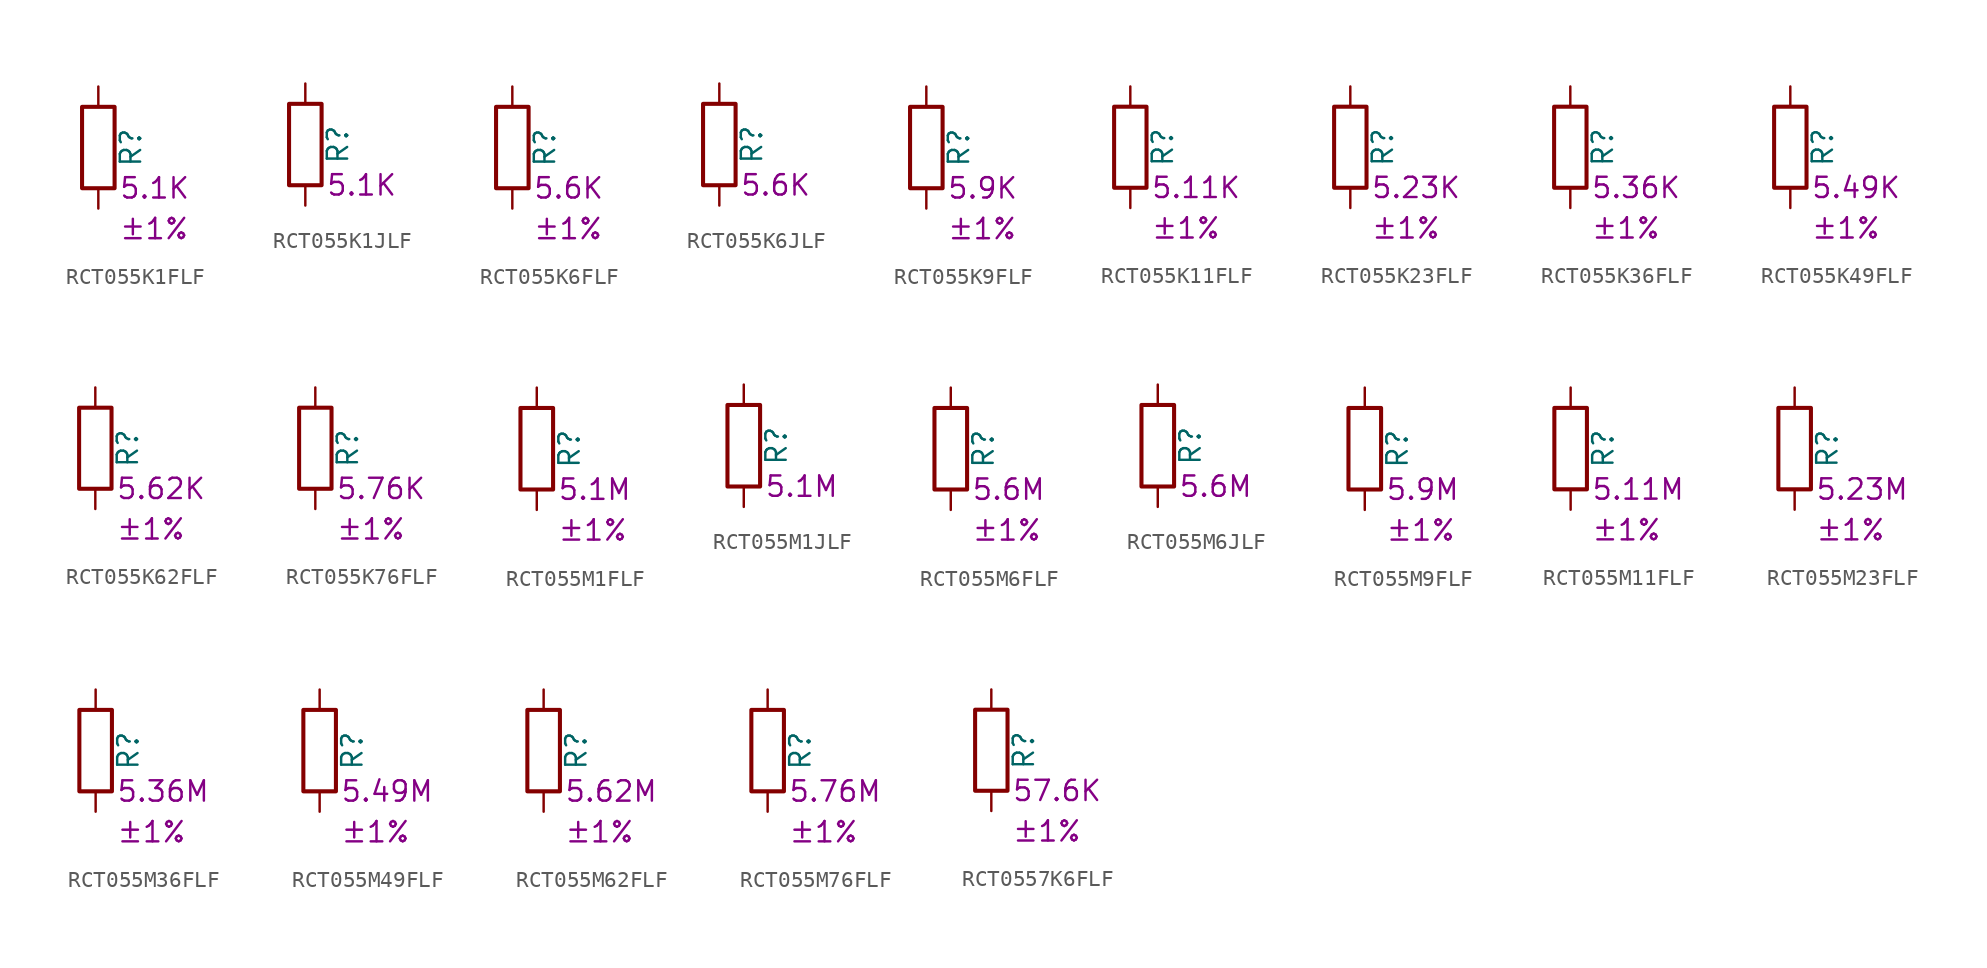
<source format=kicad_sym>
(kicad_symbol_lib
  (version 20220914)
  (generator kicad_symbol_editor)
  (symbol "RCT055K1FLF"
    (pin_numbers hide)
    (pin_names
      (offset 0))
    (property "Reference" "R"
      (at 2.032 0 90)
      (effects (font (size 1.27 1.27))))
    (property "Resistance" "5.1K"
      (at 1.27 -2.54 0)
      (effects (font (size 1.27 1.27)) (justify left)))
    (property "Tolerance" "±1%"
      (at 1.27 -5.08 0)
      (effects (font (size 1.27 1.27)) (justify left)))
    (symbol "RCT055K1FLF_0_1"
      (rectangle (start -1.016 -2.54) (end 1.016 2.54) (stroke (width 0.254) (type default)) (fill (type none))))
    (symbol "RCT055K1FLF_1_1"
      (pin passive line (at 0 3.81 270) (length 1.27) (name "~" (effects (font (size 1.27 1.27)))) (number "1" (effects (font (size 1.27 1.27)))))
      (pin passive line (at 0 -3.81 90) (length 1.27) (name "~" (effects (font (size 1.27 1.27)))) (number "2" (effects (font (size 1.27 1.27)))))))
  (symbol "RCT055K1JLF"
    (pin_numbers hide)
    (pin_names
      (offset 0))
    (property "Reference" "R"
      (at 2.032 0 90)
      (effects (font (size 1.27 1.27))))
    (property "Resistance" "5.1K"
      (at 1.27 -2.54 0)
      (effects (font (size 1.27 1.27)) (justify left)))
    (symbol "RCT055K1JLF_0_1"
      (rectangle (start -1.016 -2.54) (end 1.016 2.54) (stroke (width 0.254) (type default)) (fill (type none))))
    (symbol "RCT055K1JLF_1_1"
      (pin passive line (at 0 3.81 270) (length 1.27) (name "~" (effects (font (size 1.27 1.27)))) (number "1" (effects (font (size 1.27 1.27)))))
      (pin passive line (at 0 -3.81 90) (length 1.27) (name "~" (effects (font (size 1.27 1.27)))) (number "2" (effects (font (size 1.27 1.27)))))))
  (symbol "RCT055K6FLF"
    (pin_numbers hide)
    (pin_names
      (offset 0))
    (property "Reference" "R"
      (at 2.032 0 90)
      (effects (font (size 1.27 1.27))))
    (property "Resistance" "5.6K"
      (at 1.27 -2.54 0)
      (effects (font (size 1.27 1.27)) (justify left)))
    (property "Tolerance" "±1%"
      (at 1.27 -5.08 0)
      (effects (font (size 1.27 1.27)) (justify left)))
    (symbol "RCT055K6FLF_0_1"
      (rectangle (start -1.016 -2.54) (end 1.016 2.54) (stroke (width 0.254) (type default)) (fill (type none))))
    (symbol "RCT055K6FLF_1_1"
      (pin passive line (at 0 3.81 270) (length 1.27) (name "~" (effects (font (size 1.27 1.27)))) (number "1" (effects (font (size 1.27 1.27)))))
      (pin passive line (at 0 -3.81 90) (length 1.27) (name "~" (effects (font (size 1.27 1.27)))) (number "2" (effects (font (size 1.27 1.27)))))))
  (symbol "RCT055K6JLF"
    (pin_numbers hide)
    (pin_names
      (offset 0))
    (property "Reference" "R"
      (at 2.032 0 90)
      (effects (font (size 1.27 1.27))))
    (property "Resistance" "5.6K"
      (at 1.27 -2.54 0)
      (effects (font (size 1.27 1.27)) (justify left)))
    (symbol "RCT055K6JLF_0_1"
      (rectangle (start -1.016 -2.54) (end 1.016 2.54) (stroke (width 0.254) (type default)) (fill (type none))))
    (symbol "RCT055K6JLF_1_1"
      (pin passive line (at 0 3.81 270) (length 1.27) (name "~" (effects (font (size 1.27 1.27)))) (number "1" (effects (font (size 1.27 1.27)))))
      (pin passive line (at 0 -3.81 90) (length 1.27) (name "~" (effects (font (size 1.27 1.27)))) (number "2" (effects (font (size 1.27 1.27)))))))
  (symbol "RCT055K9FLF"
    (pin_numbers hide)
    (pin_names
      (offset 0))
    (property "Reference" "R"
      (at 2.032 0 90)
      (effects (font (size 1.27 1.27))))
    (property "Resistance" "5.9K"
      (at 1.27 -2.54 0)
      (effects (font (size 1.27 1.27)) (justify left)))
    (property "Tolerance" "±1%"
      (at 1.27 -5.08 0)
      (effects (font (size 1.27 1.27)) (justify left)))
    (symbol "RCT055K9FLF_0_1"
      (rectangle (start -1.016 -2.54) (end 1.016 2.54) (stroke (width 0.254) (type default)) (fill (type none))))
    (symbol "RCT055K9FLF_1_1"
      (pin passive line (at 0 3.81 270) (length 1.27) (name "~" (effects (font (size 1.27 1.27)))) (number "1" (effects (font (size 1.27 1.27)))))
      (pin passive line (at 0 -3.81 90) (length 1.27) (name "~" (effects (font (size 1.27 1.27)))) (number "2" (effects (font (size 1.27 1.27)))))))
  (symbol "RCT055K11FLF"
    (pin_numbers hide)
    (pin_names
      (offset 0))
    (property "Reference" "R"
      (at 2.032 0 90)
      (effects (font (size 1.27 1.27))))
    (property "Resistance" "5.11K"
      (at 1.27 -2.54 0)
      (effects (font (size 1.27 1.27)) (justify left)))
    (property "Tolerance" "±1%"
      (at 1.27 -5.08 0)
      (effects (font (size 1.27 1.27)) (justify left)))
    (symbol "RCT055K11FLF_0_1"
      (rectangle (start -1.016 -2.54) (end 1.016 2.54) (stroke (width 0.254) (type default)) (fill (type none))))
    (symbol "RCT055K11FLF_1_1"
      (pin passive line (at 0 3.81 270) (length 1.27) (name "~" (effects (font (size 1.27 1.27)))) (number "1" (effects (font (size 1.27 1.27)))))
      (pin passive line (at 0 -3.81 90) (length 1.27) (name "~" (effects (font (size 1.27 1.27)))) (number "2" (effects (font (size 1.27 1.27)))))))
  (symbol "RCT055K23FLF"
    (pin_numbers hide)
    (pin_names
      (offset 0))
    (property "Reference" "R"
      (at 2.032 0 90)
      (effects (font (size 1.27 1.27))))
    (property "Resistance" "5.23K"
      (at 1.27 -2.54 0)
      (effects (font (size 1.27 1.27)) (justify left)))
    (property "Tolerance" "±1%"
      (at 1.27 -5.08 0)
      (effects (font (size 1.27 1.27)) (justify left)))
    (symbol "RCT055K23FLF_0_1"
      (rectangle (start -1.016 -2.54) (end 1.016 2.54) (stroke (width 0.254) (type default)) (fill (type none))))
    (symbol "RCT055K23FLF_1_1"
      (pin passive line (at 0 3.81 270) (length 1.27) (name "~" (effects (font (size 1.27 1.27)))) (number "1" (effects (font (size 1.27 1.27)))))
      (pin passive line (at 0 -3.81 90) (length 1.27) (name "~" (effects (font (size 1.27 1.27)))) (number "2" (effects (font (size 1.27 1.27)))))))
  (symbol "RCT055K36FLF"
    (pin_numbers hide)
    (pin_names
      (offset 0))
    (property "Reference" "R"
      (at 2.032 0 90)
      (effects (font (size 1.27 1.27))))
    (property "Resistance" "5.36K"
      (at 1.27 -2.54 0)
      (effects (font (size 1.27 1.27)) (justify left)))
    (property "Tolerance" "±1%"
      (at 1.27 -5.08 0)
      (effects (font (size 1.27 1.27)) (justify left)))
    (symbol "RCT055K36FLF_0_1"
      (rectangle (start -1.016 -2.54) (end 1.016 2.54) (stroke (width 0.254) (type default)) (fill (type none))))
    (symbol "RCT055K36FLF_1_1"
      (pin passive line (at 0 3.81 270) (length 1.27) (name "~" (effects (font (size 1.27 1.27)))) (number "1" (effects (font (size 1.27 1.27)))))
      (pin passive line (at 0 -3.81 90) (length 1.27) (name "~" (effects (font (size 1.27 1.27)))) (number "2" (effects (font (size 1.27 1.27)))))))
  (symbol "RCT055K49FLF"
    (pin_numbers hide)
    (pin_names
      (offset 0))
    (property "Reference" "R"
      (at 2.032 0 90)
      (effects (font (size 1.27 1.27))))
    (property "Resistance" "5.49K"
      (at 1.27 -2.54 0)
      (effects (font (size 1.27 1.27)) (justify left)))
    (property "Tolerance" "±1%"
      (at 1.27 -5.08 0)
      (effects (font (size 1.27 1.27)) (justify left)))
    (symbol "RCT055K49FLF_0_1"
      (rectangle (start -1.016 -2.54) (end 1.016 2.54) (stroke (width 0.254) (type default)) (fill (type none))))
    (symbol "RCT055K49FLF_1_1"
      (pin passive line (at 0 3.81 270) (length 1.27) (name "~" (effects (font (size 1.27 1.27)))) (number "1" (effects (font (size 1.27 1.27)))))
      (pin passive line (at 0 -3.81 90) (length 1.27) (name "~" (effects (font (size 1.27 1.27)))) (number "2" (effects (font (size 1.27 1.27)))))))
  (symbol "RCT055K62FLF"
    (pin_numbers hide)
    (pin_names
      (offset 0))
    (property "Reference" "R"
      (at 2.032 0 90)
      (effects (font (size 1.27 1.27))))
    (property "Resistance" "5.62K"
      (at 1.27 -2.54 0)
      (effects (font (size 1.27 1.27)) (justify left)))
    (property "Tolerance" "±1%"
      (at 1.27 -5.08 0)
      (effects (font (size 1.27 1.27)) (justify left)))
    (symbol "RCT055K62FLF_0_1"
      (rectangle (start -1.016 -2.54) (end 1.016 2.54) (stroke (width 0.254) (type default)) (fill (type none))))
    (symbol "RCT055K62FLF_1_1"
      (pin passive line (at 0 3.81 270) (length 1.27) (name "~" (effects (font (size 1.27 1.27)))) (number "1" (effects (font (size 1.27 1.27)))))
      (pin passive line (at 0 -3.81 90) (length 1.27) (name "~" (effects (font (size 1.27 1.27)))) (number "2" (effects (font (size 1.27 1.27)))))))
  (symbol "RCT055K76FLF"
    (pin_numbers hide)
    (pin_names
      (offset 0))
    (property "Reference" "R"
      (at 2.032 0 90)
      (effects (font (size 1.27 1.27))))
    (property "Resistance" "5.76K"
      (at 1.27 -2.54 0)
      (effects (font (size 1.27 1.27)) (justify left)))
    (property "Tolerance" "±1%"
      (at 1.27 -5.08 0)
      (effects (font (size 1.27 1.27)) (justify left)))
    (symbol "RCT055K76FLF_0_1"
      (rectangle (start -1.016 -2.54) (end 1.016 2.54) (stroke (width 0.254) (type default)) (fill (type none))))
    (symbol "RCT055K76FLF_1_1"
      (pin passive line (at 0 3.81 270) (length 1.27) (name "~" (effects (font (size 1.27 1.27)))) (number "1" (effects (font (size 1.27 1.27)))))
      (pin passive line (at 0 -3.81 90) (length 1.27) (name "~" (effects (font (size 1.27 1.27)))) (number "2" (effects (font (size 1.27 1.27)))))))
  (symbol "RCT055M1FLF"
    (pin_numbers hide)
    (pin_names
      (offset 0))
    (property "Reference" "R"
      (at 2.032 0 90)
      (effects (font (size 1.27 1.27))))
    (property "Resistance" "5.1M"
      (at 1.27 -2.54 0)
      (effects (font (size 1.27 1.27)) (justify left)))
    (property "Tolerance" "±1%"
      (at 1.27 -5.08 0)
      (effects (font (size 1.27 1.27)) (justify left)))
    (symbol "RCT055M1FLF_0_1"
      (rectangle (start -1.016 -2.54) (end 1.016 2.54) (stroke (width 0.254) (type default)) (fill (type none))))
    (symbol "RCT055M1FLF_1_1"
      (pin passive line (at 0 3.81 270) (length 1.27) (name "~" (effects (font (size 1.27 1.27)))) (number "1" (effects (font (size 1.27 1.27)))))
      (pin passive line (at 0 -3.81 90) (length 1.27) (name "~" (effects (font (size 1.27 1.27)))) (number "2" (effects (font (size 1.27 1.27)))))))
  (symbol "RCT055M1JLF"
    (pin_numbers hide)
    (pin_names
      (offset 0))
    (property "Reference" "R"
      (at 2.032 0 90)
      (effects (font (size 1.27 1.27))))
    (property "Resistance" "5.1M"
      (at 1.27 -2.54 0)
      (effects (font (size 1.27 1.27)) (justify left)))
    (symbol "RCT055M1JLF_0_1"
      (rectangle (start -1.016 -2.54) (end 1.016 2.54) (stroke (width 0.254) (type default)) (fill (type none))))
    (symbol "RCT055M1JLF_1_1"
      (pin passive line (at 0 3.81 270) (length 1.27) (name "~" (effects (font (size 1.27 1.27)))) (number "1" (effects (font (size 1.27 1.27)))))
      (pin passive line (at 0 -3.81 90) (length 1.27) (name "~" (effects (font (size 1.27 1.27)))) (number "2" (effects (font (size 1.27 1.27)))))))
  (symbol "RCT055M6FLF"
    (pin_numbers hide)
    (pin_names
      (offset 0))
    (property "Reference" "R"
      (at 2.032 0 90)
      (effects (font (size 1.27 1.27))))
    (property "Resistance" "5.6M"
      (at 1.27 -2.54 0)
      (effects (font (size 1.27 1.27)) (justify left)))
    (property "Tolerance" "±1%"
      (at 1.27 -5.08 0)
      (effects (font (size 1.27 1.27)) (justify left)))
    (symbol "RCT055M6FLF_0_1"
      (rectangle (start -1.016 -2.54) (end 1.016 2.54) (stroke (width 0.254) (type default)) (fill (type none))))
    (symbol "RCT055M6FLF_1_1"
      (pin passive line (at 0 3.81 270) (length 1.27) (name "~" (effects (font (size 1.27 1.27)))) (number "1" (effects (font (size 1.27 1.27)))))
      (pin passive line (at 0 -3.81 90) (length 1.27) (name "~" (effects (font (size 1.27 1.27)))) (number "2" (effects (font (size 1.27 1.27)))))))
  (symbol "RCT055M6JLF"
    (pin_numbers hide)
    (pin_names
      (offset 0))
    (property "Reference" "R"
      (at 2.032 0 90)
      (effects (font (size 1.27 1.27))))
    (property "Resistance" "5.6M"
      (at 1.27 -2.54 0)
      (effects (font (size 1.27 1.27)) (justify left)))
    (symbol "RCT055M6JLF_0_1"
      (rectangle (start -1.016 -2.54) (end 1.016 2.54) (stroke (width 0.254) (type default)) (fill (type none))))
    (symbol "RCT055M6JLF_1_1"
      (pin passive line (at 0 3.81 270) (length 1.27) (name "~" (effects (font (size 1.27 1.27)))) (number "1" (effects (font (size 1.27 1.27)))))
      (pin passive line (at 0 -3.81 90) (length 1.27) (name "~" (effects (font (size 1.27 1.27)))) (number "2" (effects (font (size 1.27 1.27)))))))
  (symbol "RCT055M9FLF"
    (pin_numbers hide)
    (pin_names
      (offset 0))
    (property "Reference" "R"
      (at 2.032 0 90)
      (effects (font (size 1.27 1.27))))
    (property "Resistance" "5.9M"
      (at 1.27 -2.54 0)
      (effects (font (size 1.27 1.27)) (justify left)))
    (property "Tolerance" "±1%"
      (at 1.27 -5.08 0)
      (effects (font (size 1.27 1.27)) (justify left)))
    (symbol "RCT055M9FLF_0_1"
      (rectangle (start -1.016 -2.54) (end 1.016 2.54) (stroke (width 0.254) (type default)) (fill (type none))))
    (symbol "RCT055M9FLF_1_1"
      (pin passive line (at 0 3.81 270) (length 1.27) (name "~" (effects (font (size 1.27 1.27)))) (number "1" (effects (font (size 1.27 1.27)))))
      (pin passive line (at 0 -3.81 90) (length 1.27) (name "~" (effects (font (size 1.27 1.27)))) (number "2" (effects (font (size 1.27 1.27)))))))
  (symbol "RCT055M11FLF"
    (pin_numbers hide)
    (pin_names
      (offset 0))
    (property "Reference" "R"
      (at 2.032 0 90)
      (effects (font (size 1.27 1.27))))
    (property "Resistance" "5.11M"
      (at 1.27 -2.54 0)
      (effects (font (size 1.27 1.27)) (justify left)))
    (property "Tolerance" "±1%"
      (at 1.27 -5.08 0)
      (effects (font (size 1.27 1.27)) (justify left)))
    (symbol "RCT055M11FLF_0_1"
      (rectangle (start -1.016 -2.54) (end 1.016 2.54) (stroke (width 0.254) (type default)) (fill (type none))))
    (symbol "RCT055M11FLF_1_1"
      (pin passive line (at 0 3.81 270) (length 1.27) (name "~" (effects (font (size 1.27 1.27)))) (number "1" (effects (font (size 1.27 1.27)))))
      (pin passive line (at 0 -3.81 90) (length 1.27) (name "~" (effects (font (size 1.27 1.27)))) (number "2" (effects (font (size 1.27 1.27)))))))
  (symbol "RCT055M23FLF"
    (pin_numbers hide)
    (pin_names
      (offset 0))
    (property "Reference" "R"
      (at 2.032 0 90)
      (effects (font (size 1.27 1.27))))
    (property "Resistance" "5.23M"
      (at 1.27 -2.54 0)
      (effects (font (size 1.27 1.27)) (justify left)))
    (property "Tolerance" "±1%"
      (at 1.27 -5.08 0)
      (effects (font (size 1.27 1.27)) (justify left)))
    (symbol "RCT055M23FLF_0_1"
      (rectangle (start -1.016 -2.54) (end 1.016 2.54) (stroke (width 0.254) (type default)) (fill (type none))))
    (symbol "RCT055M23FLF_1_1"
      (pin passive line (at 0 3.81 270) (length 1.27) (name "~" (effects (font (size 1.27 1.27)))) (number "1" (effects (font (size 1.27 1.27)))))
      (pin passive line (at 0 -3.81 90) (length 1.27) (name "~" (effects (font (size 1.27 1.27)))) (number "2" (effects (font (size 1.27 1.27)))))))
  (symbol "RCT055M36FLF"
    (pin_numbers hide)
    (pin_names
      (offset 0))
    (property "Reference" "R"
      (at 2.032 0 90)
      (effects (font (size 1.27 1.27))))
    (property "Resistance" "5.36M"
      (at 1.27 -2.54 0)
      (effects (font (size 1.27 1.27)) (justify left)))
    (property "Tolerance" "±1%"
      (at 1.27 -5.08 0)
      (effects (font (size 1.27 1.27)) (justify left)))
    (symbol "RCT055M36FLF_0_1"
      (rectangle (start -1.016 -2.54) (end 1.016 2.54) (stroke (width 0.254) (type default)) (fill (type none))))
    (symbol "RCT055M36FLF_1_1"
      (pin passive line (at 0 3.81 270) (length 1.27) (name "~" (effects (font (size 1.27 1.27)))) (number "1" (effects (font (size 1.27 1.27)))))
      (pin passive line (at 0 -3.81 90) (length 1.27) (name "~" (effects (font (size 1.27 1.27)))) (number "2" (effects (font (size 1.27 1.27)))))))
  (symbol "RCT055M49FLF"
    (pin_numbers hide)
    (pin_names
      (offset 0))
    (property "Reference" "R"
      (at 2.032 0 90)
      (effects (font (size 1.27 1.27))))
    (property "Resistance" "5.49M"
      (at 1.27 -2.54 0)
      (effects (font (size 1.27 1.27)) (justify left)))
    (property "Tolerance" "±1%"
      (at 1.27 -5.08 0)
      (effects (font (size 1.27 1.27)) (justify left)))
    (symbol "RCT055M49FLF_0_1"
      (rectangle (start -1.016 -2.54) (end 1.016 2.54) (stroke (width 0.254) (type default)) (fill (type none))))
    (symbol "RCT055M49FLF_1_1"
      (pin passive line (at 0 3.81 270) (length 1.27) (name "~" (effects (font (size 1.27 1.27)))) (number "1" (effects (font (size 1.27 1.27)))))
      (pin passive line (at 0 -3.81 90) (length 1.27) (name "~" (effects (font (size 1.27 1.27)))) (number "2" (effects (font (size 1.27 1.27)))))))
  (symbol "RCT055M62FLF"
    (pin_numbers hide)
    (pin_names
      (offset 0))
    (property "Reference" "R"
      (at 2.032 0 90)
      (effects (font (size 1.27 1.27))))
    (property "Resistance" "5.62M"
      (at 1.27 -2.54 0)
      (effects (font (size 1.27 1.27)) (justify left)))
    (property "Tolerance" "±1%"
      (at 1.27 -5.08 0)
      (effects (font (size 1.27 1.27)) (justify left)))
    (symbol "RCT055M62FLF_0_1"
      (rectangle (start -1.016 -2.54) (end 1.016 2.54) (stroke (width 0.254) (type default)) (fill (type none))))
    (symbol "RCT055M62FLF_1_1"
      (pin passive line (at 0 3.81 270) (length 1.27) (name "~" (effects (font (size 1.27 1.27)))) (number "1" (effects (font (size 1.27 1.27)))))
      (pin passive line (at 0 -3.81 90) (length 1.27) (name "~" (effects (font (size 1.27 1.27)))) (number "2" (effects (font (size 1.27 1.27)))))))
  (symbol "RCT055M76FLF"
    (pin_numbers hide)
    (pin_names
      (offset 0))
    (property "Reference" "R"
      (at 2.032 0 90)
      (effects (font (size 1.27 1.27))))
    (property "Resistance" "5.76M"
      (at 1.27 -2.54 0)
      (effects (font (size 1.27 1.27)) (justify left)))
    (property "Tolerance" "±1%"
      (at 1.27 -5.08 0)
      (effects (font (size 1.27 1.27)) (justify left)))
    (symbol "RCT055M76FLF_0_1"
      (rectangle (start -1.016 -2.54) (end 1.016 2.54) (stroke (width 0.254) (type default)) (fill (type none))))
    (symbol "RCT055M76FLF_1_1"
      (pin passive line (at 0 3.81 270) (length 1.27) (name "~" (effects (font (size 1.27 1.27)))) (number "1" (effects (font (size 1.27 1.27)))))
      (pin passive line (at 0 -3.81 90) (length 1.27) (name "~" (effects (font (size 1.27 1.27)))) (number "2" (effects (font (size 1.27 1.27)))))))
  (symbol "RCT0557K6FLF"
    (pin_numbers hide)
    (pin_names
      (offset 0))
    (property "Reference" "R"
      (at 2.032 0 90)
      (effects (font (size 1.27 1.27))))
    (property "Resistance" "57.6K"
      (at 1.27 -2.54 0)
      (effects (font (size 1.27 1.27)) (justify left)))
    (property "Tolerance" "±1%"
      (at 1.27 -5.08 0)
      (effects (font (size 1.27 1.27)) (justify left)))
    (symbol "RCT0557K6FLF_0_1"
      (rectangle (start -1.016 -2.54) (end 1.016 2.54) (stroke (width 0.254) (type default)) (fill (type none))))
    (symbol "RCT0557K6FLF_1_1"
      (pin passive line (at 0 3.81 270) (length 1.27) (name "~" (effects (font (size 1.27 1.27)))) (number "1" (effects (font (size 1.27 1.27)))))
      (pin passive line (at 0 -3.81 90) (length 1.27) (name "~" (effects (font (size 1.27 1.27)))) (number "2" (effects (font (size 1.27 1.27))))))))
</source>
